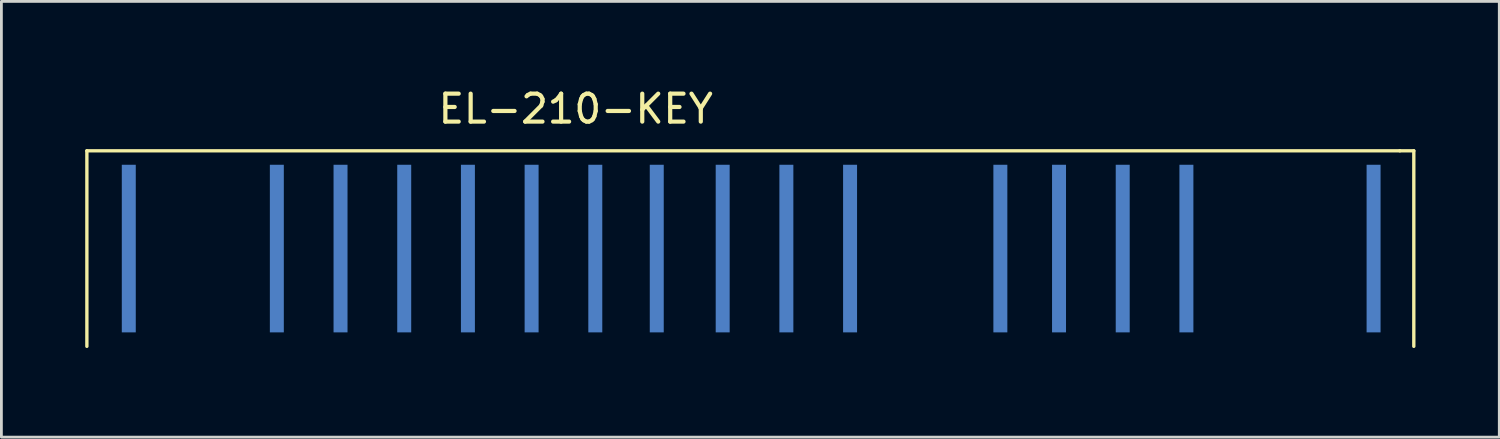
<source format=kicad_pcb>
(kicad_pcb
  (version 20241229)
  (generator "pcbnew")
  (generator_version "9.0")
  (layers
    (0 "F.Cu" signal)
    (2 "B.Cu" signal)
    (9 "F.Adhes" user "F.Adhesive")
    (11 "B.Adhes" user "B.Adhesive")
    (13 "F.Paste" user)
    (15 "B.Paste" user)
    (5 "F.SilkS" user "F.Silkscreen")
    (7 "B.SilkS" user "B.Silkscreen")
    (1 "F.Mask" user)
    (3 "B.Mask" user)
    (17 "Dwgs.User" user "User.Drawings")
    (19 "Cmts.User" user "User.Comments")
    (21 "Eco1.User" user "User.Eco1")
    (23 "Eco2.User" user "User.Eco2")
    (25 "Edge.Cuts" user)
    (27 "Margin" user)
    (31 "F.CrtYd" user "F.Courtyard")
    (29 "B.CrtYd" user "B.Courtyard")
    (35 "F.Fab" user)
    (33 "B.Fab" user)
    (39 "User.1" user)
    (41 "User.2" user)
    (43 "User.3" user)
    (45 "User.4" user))
  (footprint "EL-210-KEY"
    (layer "F.Cu")
    (at 1.56 9.348)
    (property "Reference" "EL-210-KEY" (at 16 -8.5 0) (layer "F.SilkS") (effects (font (size 1 1) (thickness 0.15))))
    (attr through_hole)
    (fp_line (start -1.5 -7) (end 45.5 -7) (stroke (width 0.12) (type solid)) (layer "F.SilkS"))
    (fp_line (start -1.5 0) (end -1.5 -7) (stroke (width 0.12) (type solid)) (layer "F.SilkS"))
    (fp_line (start 45.5 -7) (end 46 -7) (stroke (width 0.12) (type solid)) (layer "F.SilkS"))
    (fp_line (start 46 -7) (end 46 0) (stroke (width 0.12) (type solid)) (layer "F.SilkS"))
    (pad "1" smd rect (at 0 -3.5) (size 0.5 6) (layers "F.Mask" "B.Cu" "F.Paste"))
    (pad "2" smd rect (at 5.3 -3.5) (size 0.5 6) (layers "F.Mask" "B.Cu" "F.Paste"))
    (pad "3" smd rect (at 7.58 -3.5) (size 0.5 6) (layers "F.Mask" "B.Cu" "F.Paste"))
    (pad "4" smd rect (at 9.86 -3.5) (size 0.5 6) (layers "F.Mask" "B.Cu" "F.Paste"))
    (pad "5" smd rect (at 12.14 -3.5) (size 0.5 6) (layers "F.Mask" "B.Cu" "F.Paste"))
    (pad "6" smd rect (at 14.42 -3.5) (size 0.5 6) (layers "F.Mask" "B.Cu" "F.Paste"))
    (pad "7" smd rect (at 16.7 -3.5) (size 0.5 6) (layers "F.Mask" "B.Cu" "F.Paste"))
    (pad "8" smd rect (at 18.9 -3.5) (size 0.5 6) (layers "F.Mask" "B.Cu" "F.Paste"))
    (pad "9" smd rect (at 21.26 -3.5) (size 0.5 6) (layers "F.Mask" "B.Cu" "F.Paste"))
    (pad "10" smd rect (at 23.54 -3.5) (size 0.5 6) (layers "F.Mask" "B.Cu" "F.Paste"))
    (pad "11" smd rect (at 25.82 -3.5) (size 0.5 6) (layers "F.Mask" "B.Cu" "F.Paste"))
    (pad "12" smd rect (at 31.2 -3.5) (size 0.5 6) (layers "F.Mask" "B.Cu" "F.Paste"))
    (pad "13" smd rect (at 33.3 -3.5) (size 0.5 6) (layers "F.Mask" "B.Cu" "F.Paste"))
    (pad "14" smd rect (at 35.58 -3.5) (size 0.5 6) (layers "F.Mask" "B.Cu" "F.Paste"))
    (pad "15" smd rect (at 37.86 -3.5) (size 0.5 6) (layers "F.Mask" "B.Cu" "F.Paste"))
    (pad "16" smd rect (at 44.56 -3.5) (size 0.5 6) (layers "F.Mask" "B.Cu" "F.Paste")))
  (gr_rect
    (start -3 -3)
    (end 50.62 12.598)
    (stroke (width 0.1) (type default))
    (fill no)
    (layer "Edge.Cuts")))
</source>
